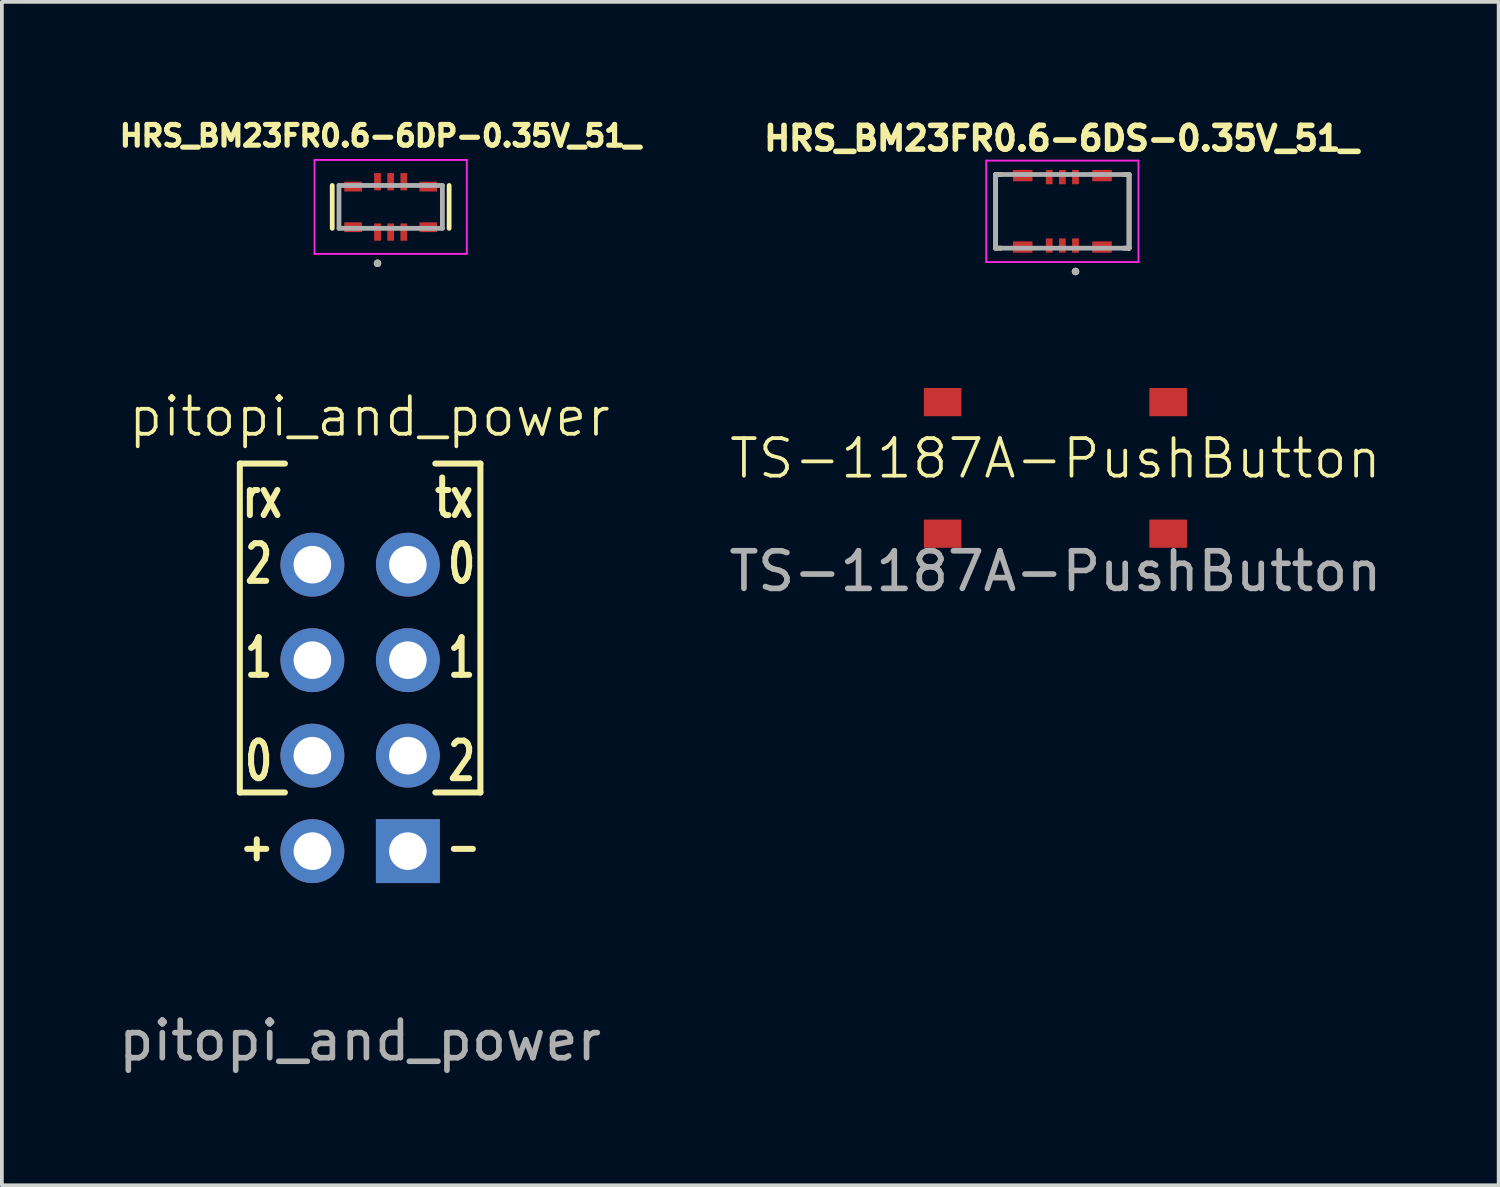
<source format=kicad_pcb>
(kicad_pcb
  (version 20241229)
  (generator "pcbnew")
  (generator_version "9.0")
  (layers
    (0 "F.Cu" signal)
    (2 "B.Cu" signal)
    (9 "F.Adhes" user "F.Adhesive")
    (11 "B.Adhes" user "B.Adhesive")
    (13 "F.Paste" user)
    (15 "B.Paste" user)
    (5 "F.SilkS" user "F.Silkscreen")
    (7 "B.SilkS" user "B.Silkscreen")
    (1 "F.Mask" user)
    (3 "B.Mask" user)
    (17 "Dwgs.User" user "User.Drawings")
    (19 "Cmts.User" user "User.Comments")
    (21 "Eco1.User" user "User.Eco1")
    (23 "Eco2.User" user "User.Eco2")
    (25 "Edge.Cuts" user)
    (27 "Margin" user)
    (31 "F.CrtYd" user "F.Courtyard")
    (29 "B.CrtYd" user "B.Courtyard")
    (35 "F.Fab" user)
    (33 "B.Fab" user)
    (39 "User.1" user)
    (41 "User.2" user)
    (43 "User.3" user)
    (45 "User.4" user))
  (footprint "TS-1187A-PushButton"
    (layer "F.Cu")
    (at 25.026 9.647)
    (property "Reference" "TS-1187A-PushButton" (at 0 -0.5 0) (unlocked yes) (layer "F.SilkS") (effects (font (size 1 1) (thickness 0.1))))
    (attr smd)
    (fp_text user "${REFERENCE}" (at 0 2.5 0) (unlocked yes) (layer "F.Fab") (effects (font (size 1 1) (thickness 0.15))))
    (pad "1" smd rect (at -3 -2) (size 1 0.75) (layers "F.Cu" "F.Mask" "F.Paste"))
    (pad "1" smd rect (at 3 -2) (size 1 0.75) (layers "F.Cu" "F.Mask" "F.Paste"))
    (pad "2" smd rect (at -3 1.5) (size 1 0.75) (layers "F.Cu" "F.Mask" "F.Paste"))
    (pad "2" smd rect (at 3 1.5) (size 1 0.75) (layers "F.Cu" "F.Mask" "F.Paste")))
  (footprint "HRS_BM23FR0.6-6DS-0.35V_51_"
    (layer "F.Cu")
    (at 25.211 2.572)
    (property "Reference" "HRS_BM23FR0.6-6DS-0.35V_51_" (at -0.025 -1.94 0) (layer "F.SilkS") (effects (font (size 0.63 0.63) (thickness 0.15))))
    (attr smd)
    (fp_poly (pts (xy -0.49 -1.15) (xy -0.21 -1.15) (xy -0.21 -0.67) (xy -0.49 -0.67)) (stroke (width 0.01) (type solid)) (fill yes) (layer "F.Mask"))
    (fp_poly (pts (xy -0.49 0.67) (xy -0.21 0.67) (xy -0.21 1.15) (xy -0.49 1.15)) (stroke (width 0.01) (type solid)) (fill yes) (layer "F.Mask"))
    (fp_poly (pts (xy -0.14 -1.15) (xy 0.14 -1.15) (xy 0.14 -0.67) (xy -0.14 -0.67)) (stroke (width 0.01) (type solid)) (fill yes) (layer "F.Mask"))
    (fp_poly (pts (xy -0.14 0.67) (xy 0.14 0.67) (xy 0.14 1.15) (xy -0.14 1.15)) (stroke (width 0.01) (type solid)) (fill yes) (layer "F.Mask"))
    (fp_poly (pts (xy 0.21 -1.15) (xy 0.49 -1.15) (xy 0.49 -0.67) (xy 0.21 -0.67)) (stroke (width 0.01) (type solid)) (fill yes) (layer "F.Mask"))
    (fp_poly (pts (xy 0.21 0.67) (xy 0.49 0.67) (xy 0.49 1.15) (xy 0.21 1.15)) (stroke (width 0.01) (type solid)) (fill yes) (layer "F.Mask"))
    (fp_line (start -1.775 0.98) (end -1.775 -0.98) (stroke (width 0.127) (type solid)) (layer "F.SilkS"))
    (fp_line (start -1.775 0.98) (end -1.635 0.98) (stroke (width 0.127) (type solid)) (layer "F.SilkS"))
    (fp_line (start -1.635 -0.98) (end -1.775 -0.98) (stroke (width 0.127) (type solid)) (layer "F.SilkS"))
    (fp_line (start 1.775 -0.98) (end 1.635 -0.98) (stroke (width 0.127) (type solid)) (layer "F.SilkS"))
    (fp_line (start 1.775 -0.98) (end 1.775 0.98) (stroke (width 0.127) (type solid)) (layer "F.SilkS"))
    (fp_line (start 1.775 0.98) (end 1.635 0.98) (stroke (width 0.127) (type solid)) (layer "F.SilkS"))
    (fp_circle (center 0.35 1.6) (end 0.4 1.6) (stroke (width 0.1) (type solid)) (fill no) (layer "F.SilkS"))
    (fp_line (start -2.025 -1.35) (end 2.025 -1.35) (stroke (width 0.05) (type solid)) (layer "F.CrtYd"))
    (fp_line (start -2.025 1.35) (end -2.025 -1.35) (stroke (width 0.05) (type solid)) (layer "F.CrtYd"))
    (fp_line (start 2.025 -1.35) (end 2.025 1.35) (stroke (width 0.05) (type solid)) (layer "F.CrtYd"))
    (fp_line (start 2.025 1.35) (end -2.025 1.35) (stroke (width 0.05) (type solid)) (layer "F.CrtYd"))
    (fp_line (start -1.775 -0.98) (end 1.775 -0.98) (stroke (width 0.127) (type solid)) (layer "F.Fab"))
    (fp_line (start -1.775 0.98) (end -1.775 -0.98) (stroke (width 0.127) (type solid)) (layer "F.Fab"))
    (fp_line (start 1.775 -0.98) (end 1.775 0.98) (stroke (width 0.127) (type solid)) (layer "F.Fab"))
    (fp_line (start 1.775 0.98) (end -1.775 0.98) (stroke (width 0.127) (type solid)) (layer "F.Fab"))
    (fp_circle (center 0.35 1.6) (end 0.4 1.6) (stroke (width 0.1) (type solid)) (fill no) (layer "F.Fab"))
    (pad "1" smd rect (at 0.35 0.91) (size 0.18 0.38) (layers "F.Cu" "F.Paste"))
    (pad "2" smd rect (at 0.35 -0.91) (size 0.18 0.38) (layers "F.Cu" "F.Paste"))
    (pad "3" smd rect (at 0 0.91) (size 0.18 0.38) (layers "F.Cu" "F.Paste"))
    (pad "4" smd rect (at 0 -0.91) (size 0.18 0.38) (layers "F.Cu" "F.Paste"))
    (pad "5" smd rect (at -0.35 0.91) (size 0.18 0.38) (layers "F.Cu" "F.Paste"))
    (pad "6" smd rect (at -0.35 -0.91) (size 0.18 0.38) (layers "F.Cu" "F.Paste"))
    (pad "S1" smd rect (at 1.055 0.95) (size 0.52 0.3) (layers "F.Cu" "F.Mask" "F.Paste"))
    (pad "S2" smd rect (at 1.055 -0.95) (size 0.52 0.3) (layers "F.Cu" "F.Mask" "F.Paste"))
    (pad "S3" smd rect (at -1.055 0.95) (size 0.52 0.3) (layers "F.Cu" "F.Mask" "F.Paste"))
    (pad "S4" smd rect (at -1.055 -0.95) (size 0.52 0.3) (layers "F.Cu" "F.Mask" "F.Paste"))
    (zone (net_name "") (layer "F.Cu") (hatch full 0.508) (connect_pads) (min_thickness 0.01) (filled_areas_thickness no) (keepout (tracks not_allowed) (vias not_allowed) (pads not_allowed) (copperpour not_allowed) (footprints allowed)) (placement (enabled no)) (fill) (polygon (pts (xy 24.671 1.902) (xy 25.751 1.902) (xy 25.751 2.422) (xy 24.671 2.422))))
    (zone (net_name "") (layer "F.Cu") (hatch full 0.508) (connect_pads) (min_thickness 0.01) (filled_areas_thickness no) (keepout (tracks not_allowed) (vias not_allowed) (pads not_allowed) (copperpour not_allowed) (footprints allowed)) (placement (enabled no)) (fill) (polygon (pts (xy 24.671 2.722) (xy 25.751 2.722) (xy 25.751 3.242) (xy 24.671 3.242))))
    (zone (net_name "") (layers "F.Cu" "B.Cu") (hatch full 0.508) (connect_pads) (min_thickness 0.01) (filled_areas_thickness no) (keepout (tracks allowed) (vias not_allowed) (pads allowed) (copperpour allowed) (footprints allowed)) (placement (enabled no)) (fill) (polygon (pts (xy 24.671 1.902) (xy 25.751 1.902) (xy 25.751 2.422) (xy 24.671 2.422))))
    (zone (net_name "") (layers "F.Cu" "B.Cu") (hatch full 0.508) (connect_pads) (min_thickness 0.01) (filled_areas_thickness no) (keepout (tracks allowed) (vias not_allowed) (pads allowed) (copperpour allowed) (footprints allowed)) (placement (enabled no)) (fill) (polygon (pts (xy 24.671 2.722) (xy 25.751 2.722) (xy 25.751 3.242) (xy 24.671 3.242)))))
  (footprint "pitopi_and_power"
    (layer "F.Cu")
    (at 6.53 15.782)
    (property "Reference" "pitopi_and_power" (at 0.25 -7.75 0) (unlocked yes) (layer "F.SilkS") (effects (font (size 1 1) (thickness 0.1))))
    (attr through_hole)
    (fp_line (start -3.2 -6.5) (end -3.2 2.25) (stroke (width 0.16) (type solid)) (layer "F.SilkS"))
    (fp_line (start -3.2 -6.5) (end -2 -6.5) (stroke (width 0.16) (type solid)) (layer "F.SilkS"))
    (fp_line (start -3.2 2.25) (end -2 2.25) (stroke (width 0.16) (type solid)) (layer "F.SilkS"))
    (fp_line (start -3.004 3.75) (end -2.496 3.75) (stroke (width 0.16) (type default)) (layer "F.SilkS"))
    (fp_line (start -2.75 4.004) (end -2.75 3.496) (stroke (width 0.16) (type default)) (layer "F.SilkS"))
    (fp_line (start 2.492 3.75) (end 3 3.75) (stroke (width 0.16) (type default)) (layer "F.SilkS"))
    (fp_line (start 3.2 -6.5) (end 2 -6.5) (stroke (width 0.16) (type solid)) (layer "F.SilkS"))
    (fp_line (start 3.2 -6.5) (end 3.2 2.25) (stroke (width 0.16) (type solid)) (layer "F.SilkS"))
    (fp_line (start 3.2 2.25) (end 2 2.25) (stroke (width 0.16) (type solid)) (layer "F.SilkS"))
    (fp_text user "rx" (at -2.6 -5 0) (unlocked yes) (layer "F.SilkS") (effects (font (size 1 0.7) (thickness 0.16) (bold yes)) (justify bottom)))
    (fp_text user "0" (at 2.7 -3.25 0) (unlocked yes) (layer "F.SilkS") (effects (font (size 1 0.7) (thickness 0.16) (bold yes)) (justify bottom)))
    (fp_text user "1" (at -2.7 -0.75 0) (unlocked yes) (layer "F.SilkS") (effects (font (size 1 0.7) (thickness 0.16) (bold yes)) (justify bottom)))
    (fp_text user "2" (at -2.7 -3.25 0) (unlocked yes) (layer "F.SilkS") (effects (font (size 1 0.7) (thickness 0.16) (bold yes)) (justify bottom)))
    (fp_text user "1" (at 2.7 -0.75 0) (unlocked yes) (layer "F.SilkS") (effects (font (size 1 0.7) (thickness 0.16) (bold yes)) (justify bottom)))
    (fp_text user "0" (at -2.7 2 0) (unlocked yes) (layer "F.SilkS") (effects (font (size 1 0.7) (thickness 0.16) (bold yes)) (justify bottom)))
    (fp_text user "2" (at 2.7 2 0) (unlocked yes) (layer "F.SilkS") (effects (font (size 1 0.7) (thickness 0.16) (bold yes)) (justify bottom)))
    (fp_text user "tx" (at 2.5 -5 0) (unlocked yes) (layer "F.SilkS") (effects (font (size 1 0.7) (thickness 0.16) (bold yes)) (justify bottom)))
    (fp_text user "${REFERENCE}" (at 0 8.85 0) (unlocked yes) (layer "F.Fab") (effects (font (size 1 1) (thickness 0.15))))
    (pad "1" thru_hole rect (at 1.27 3.81) (size 1.7 1.7) (drill 1) (layers "*.Cu" "*.Mask"))
    (pad "2" thru_hole circle (at -1.27 3.81) (size 1.7 1.7) (drill 1) (layers "*.Cu" "*.Mask"))
    (pad "3" thru_hole circle (at 1.27 1.27) (size 1.7 1.7) (drill 1) (layers "*.Cu" "*.Mask"))
    (pad "4" thru_hole circle (at -1.27 1.27) (size 1.7 1.7) (drill 1) (layers "*.Cu" "*.Mask"))
    (pad "5" thru_hole circle (at 1.27 -1.27) (size 1.7 1.7) (drill 1) (layers "*.Cu" "*.Mask"))
    (pad "6" thru_hole circle (at -1.27 -1.27) (size 1.7 1.7) (drill 1) (layers "*.Cu" "*.Mask"))
    (pad "7" thru_hole circle (at 1.27 -3.81) (size 1.7 1.7) (drill 1) (layers "*.Cu" "*.Mask"))
    (pad "8" thru_hole circle (at -1.27 -3.81) (size 1.7 1.7) (drill 1) (layers "*.Cu" "*.Mask")))
  (footprint "HRS_BM23FR0.6-6DP-0.35V_51_"
    (layer "F.Cu")
    (at 7.343 2.454)
    (property "Reference" "HRS_BM23FR0.6-6DP-0.35V_51_" (at -0.275 -1.89 0) (layer "F.SilkS") (effects (font (size 0.551 0.551) (thickness 0.15))))
    (attr smd)
    (fp_poly (pts (xy -0.49 -0.95) (xy -0.21 -0.95) (xy -0.21 -0.39) (xy -0.49 -0.39)) (stroke (width 0.01) (type solid)) (fill yes) (layer "F.Mask"))
    (fp_poly (pts (xy -0.49 0.39) (xy -0.21 0.39) (xy -0.21 0.95) (xy -0.49 0.95)) (stroke (width 0.01) (type solid)) (fill yes) (layer "F.Mask"))
    (fp_poly (pts (xy -0.14 -0.95) (xy 0.14 -0.95) (xy 0.14 -0.39) (xy -0.14 -0.39)) (stroke (width 0.01) (type solid)) (fill yes) (layer "F.Mask"))
    (fp_poly (pts (xy -0.14 0.39) (xy 0.14 0.39) (xy 0.14 0.95) (xy -0.14 0.95)) (stroke (width 0.01) (type solid)) (fill yes) (layer "F.Mask"))
    (fp_poly (pts (xy 0.21 -0.95) (xy 0.49 -0.95) (xy 0.49 -0.39) (xy 0.21 -0.39)) (stroke (width 0.01) (type solid)) (fill yes) (layer "F.Mask"))
    (fp_poly (pts (xy 0.21 0.39) (xy 0.49 0.39) (xy 0.49 0.95) (xy 0.21 0.95)) (stroke (width 0.01) (type solid)) (fill yes) (layer "F.Mask"))
    (fp_line (start -1.555 0.57) (end -1.555 -0.57) (stroke (width 0.127) (type solid)) (layer "F.SilkS"))
    (fp_line (start 1.555 -0.57) (end 1.555 0.57) (stroke (width 0.127) (type solid)) (layer "F.SilkS"))
    (fp_circle (center -0.35 1.5) (end -0.3 1.5) (stroke (width 0.1) (type solid)) (fill no) (layer "F.SilkS"))
    (fp_line (start -2.025 -1.25) (end 2.025 -1.25) (stroke (width 0.05) (type solid)) (layer "F.CrtYd"))
    (fp_line (start -2.025 1.25) (end -2.025 -1.25) (stroke (width 0.05) (type solid)) (layer "F.CrtYd"))
    (fp_line (start 2.025 -1.25) (end 2.025 1.25) (stroke (width 0.05) (type solid)) (layer "F.CrtYd"))
    (fp_line (start 2.025 1.25) (end -2.025 1.25) (stroke (width 0.05) (type solid)) (layer "F.CrtYd"))
    (fp_line (start -1.375 -0.57) (end 1.375 -0.57) (stroke (width 0.127) (type solid)) (layer "F.Fab"))
    (fp_line (start -1.375 0.57) (end -1.375 -0.57) (stroke (width 0.127) (type solid)) (layer "F.Fab"))
    (fp_line (start 1.375 -0.57) (end 1.375 0.57) (stroke (width 0.127) (type solid)) (layer "F.Fab"))
    (fp_line (start 1.375 0.57) (end -1.375 0.57) (stroke (width 0.127) (type solid)) (layer "F.Fab"))
    (fp_circle (center -0.35 1.5) (end -0.3 1.5) (stroke (width 0.1) (type solid)) (fill no) (layer "F.Fab"))
    (pad "1" smd rect (at -0.35 0.67) (size 0.18 0.46) (layers "F.Cu" "F.Paste"))
    (pad "2" smd rect (at -0.35 -0.67) (size 0.18 0.46) (layers "F.Cu" "F.Paste"))
    (pad "3" smd rect (at 0 0.67) (size 0.18 0.46) (layers "F.Cu" "F.Paste"))
    (pad "4" smd rect (at 0 -0.67) (size 0.18 0.46) (layers "F.Cu" "F.Paste"))
    (pad "5" smd rect (at 0.35 0.67) (size 0.18 0.46) (layers "F.Cu" "F.Paste"))
    (pad "6" smd rect (at 0.35 -0.67) (size 0.18 0.46) (layers "F.Cu" "F.Paste"))
    (pad "S1" smd rect (at -1 0.54) (size 0.47 0.26) (layers "F.Cu" "F.Mask" "F.Paste"))
    (pad "S2" smd rect (at -1 -0.54) (size 0.47 0.26) (layers "F.Cu" "F.Mask" "F.Paste"))
    (pad "S3" smd rect (at 1 0.54) (size 0.47 0.26) (layers "F.Cu" "F.Mask" "F.Paste"))
    (pad "S4" smd rect (at 1 -0.54) (size 0.47 0.26) (layers "F.Cu" "F.Mask" "F.Paste"))
    (zone (net_name "") (layer "F.Cu") (hatch full 0.508) (connect_pads) (min_thickness 0.01) (filled_areas_thickness no) (keepout (tracks not_allowed) (vias not_allowed) (pads not_allowed) (copperpour not_allowed) (footprints allowed)) (placement (enabled no)) (fill) (polygon (pts (xy 5.568 1.454) (xy 6.638 1.454) (xy 6.638 3.454) (xy 5.568 3.454))))
    (zone (net_name "") (layer "F.Cu") (hatch full 0.508) (connect_pads) (min_thickness 0.01) (filled_areas_thickness no) (keepout (tracks not_allowed) (vias not_allowed) (pads not_allowed) (copperpour not_allowed) (footprints allowed)) (placement (enabled no)) (fill) (polygon (pts (xy 8.048 1.454) (xy 9.118 1.454) (xy 9.118 3.454) (xy 8.048 3.454))))
    (zone (net_name "") (layers "F.Cu" "B.Cu") (hatch full 0.508) (connect_pads) (min_thickness 0.01) (filled_areas_thickness no) (keepout (tracks allowed) (vias not_allowed) (pads allowed) (copperpour allowed) (footprints allowed)) (placement (enabled no)) (fill) (polygon (pts (xy 5.568 1.454) (xy 6.638 1.454) (xy 6.638 3.454) (xy 5.568 3.454))))
    (zone (net_name "") (layers "F.Cu" "B.Cu") (hatch full 0.508) (connect_pads) (min_thickness 0.01) (filled_areas_thickness no) (keepout (tracks allowed) (vias not_allowed) (pads allowed) (copperpour allowed) (footprints allowed)) (placement (enabled no)) (fill) (polygon (pts (xy 8.048 1.454) (xy 9.118 1.454) (xy 9.118 3.454) (xy 8.048 3.454)))))
  (gr_rect
    (start -3 -3)
    (end 36.818 28.481)
    (stroke (width 0.1) (type default))
    (fill no)
    (layer "Edge.Cuts")))
</source>
